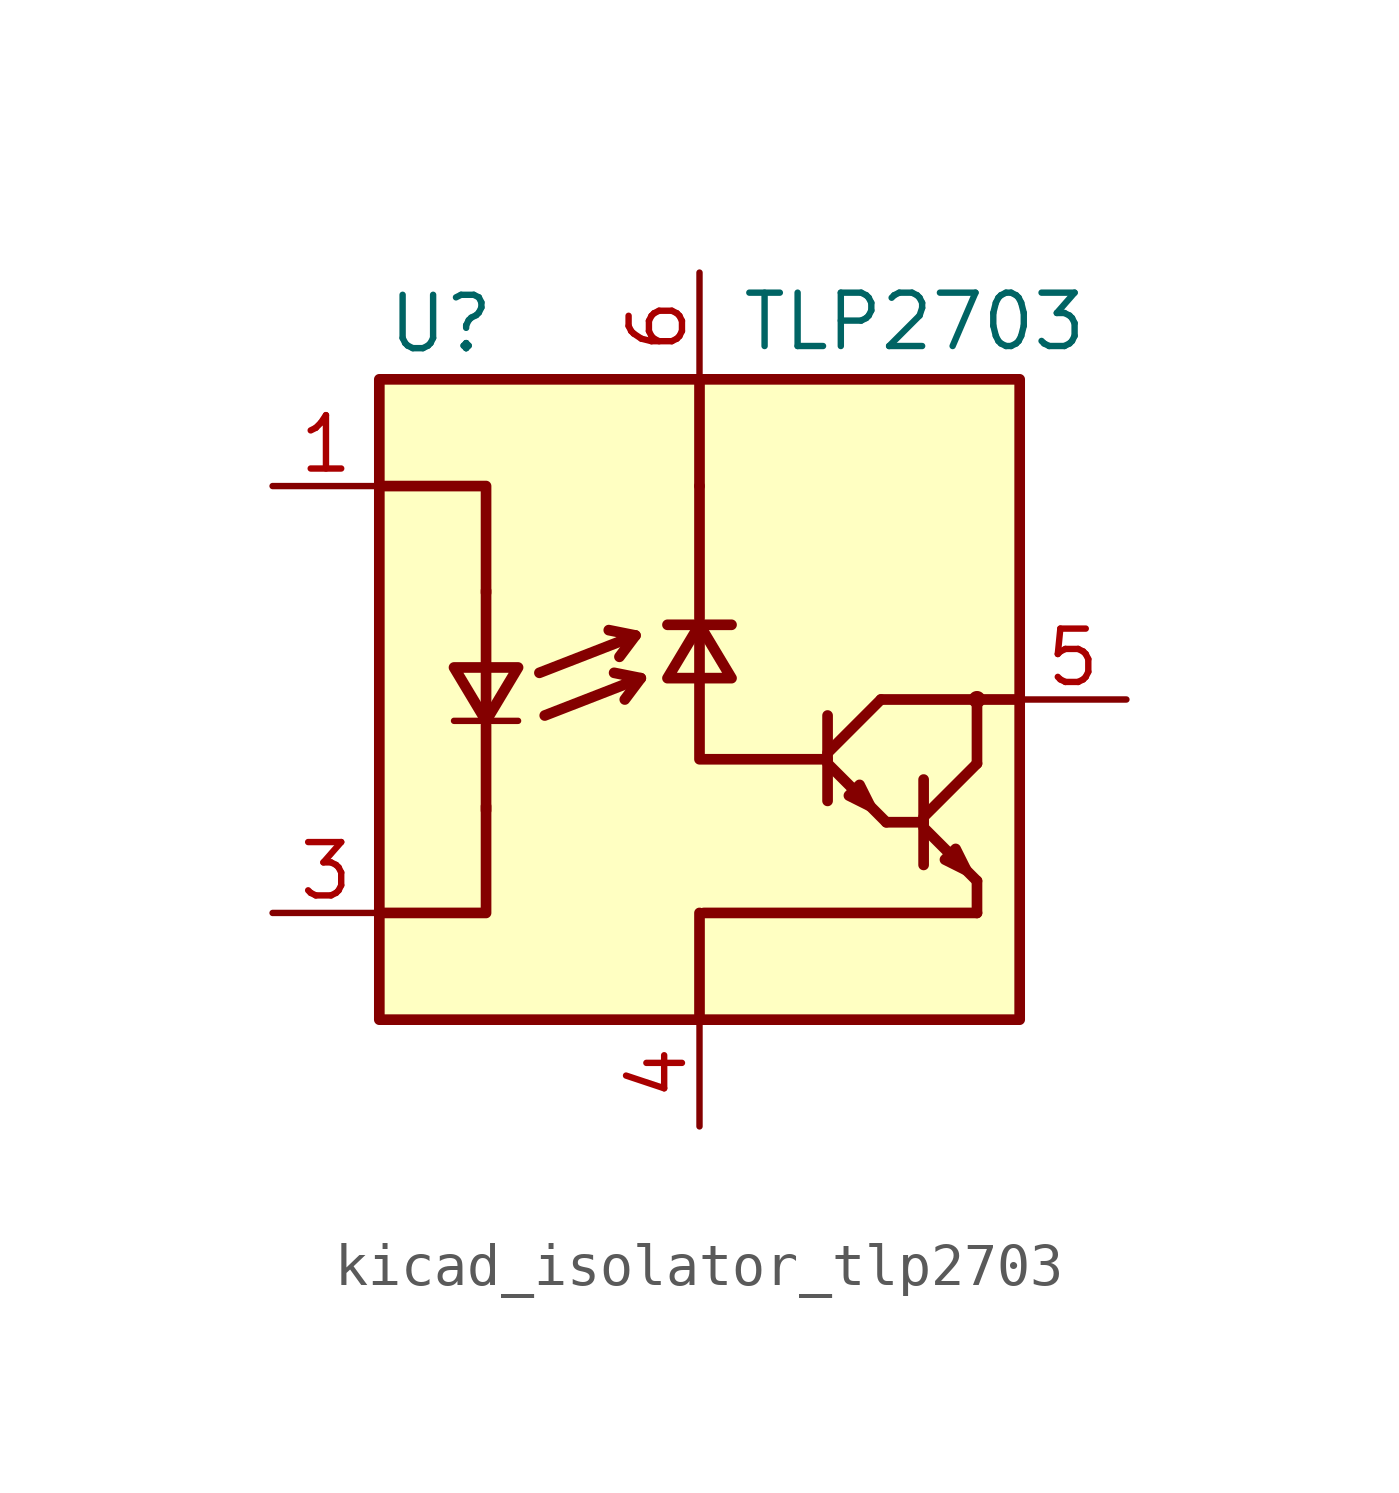
<source format=kicad_sym>
(kicad_symbol_lib
  (version 20220914)
  (generator kicad_symbol_editor)
  (symbol "kicad_isolator_tlp2703"
    (pin_names
      (offset 1.016) hide)
    (property "Reference" "U"
      (at -7.468 8.941 0)
      (effects (font (size 1.27 1.27)) (justify left)))
    (property "Value" "TLP2703"
      (at 0.965 8.992 0)
      (effects (font (size 1.27 1.27)) (justify left)))
    (symbol "kicad_isolator_tlp2703_0_1"
      (rectangle (start -7.62 7.62) (end 7.62 -7.62) (stroke (width 0.254) (type default)) (fill (type background)))
      (polyline (pts (xy -5.842 -0.508) (xy -4.318 -0.508)) (stroke (width 0) (type default)) (fill (type none)))
      (polyline (pts (xy -5.08 -2.642) (xy -5.08 -0.61)) (stroke (width 0.254) (type default)) (fill (type none)))
      (polyline (pts (xy -5.08 0.762) (xy -5.08 -0.508)) (stroke (width 0.254) (type default)) (fill (type none)))
      (polyline (pts (xy -5.08 2.591) (xy -5.08 0.864)) (stroke (width 0.254) (type default)) (fill (type none)))
      (polyline (pts (xy -1.524 1.524) (xy -1.905 1.016)) (stroke (width 0.254) (type default)) (fill (type none)))
      (polyline (pts (xy -1.397 0.508) (xy -1.778 0)) (stroke (width 0.254) (type default)) (fill (type none)))
      (polyline (pts (xy -0.762 1.778) (xy 0.762 1.778)) (stroke (width 0.254) (type default)) (fill (type none)))
      (polyline (pts (xy 0 -7.62) (xy 0 -5.08)) (stroke (width 0.254) (type default)) (fill (type none)))
      (polyline (pts (xy 0 1.778) (xy 0 0.508)) (stroke (width 0.254) (type default)) (fill (type none)))
      (polyline (pts (xy 0 1.93) (xy 0 5.08)) (stroke (width 0.254) (type default)) (fill (type none)))
      (polyline (pts (xy 0 7.62) (xy 0 5.08)) (stroke (width 0.254) (type default)) (fill (type none)))
      (polyline (pts (xy 0.102 -5.08) (xy 6.604 -5.08)) (stroke (width 0.254) (type default)) (fill (type none)))
      (polyline (pts (xy 3.048 -1.524) (xy 4.445 -2.921)) (stroke (width 0.254) (type default)) (fill (type none)))
      (polyline (pts (xy 3.048 -1.27) (xy 4.318 0)) (stroke (width 0.254) (type default)) (fill (type none)))
      (polyline (pts (xy 3.048 -0.381) (xy 3.048 -2.413)) (stroke (width 0.254) (type default)) (fill (type none)))
      (polyline (pts (xy 4.318 0) (xy 7.62 0)) (stroke (width 0.254) (type default)) (fill (type none)))
      (polyline (pts (xy 5.334 -3.048) (xy 6.604 -4.318)) (stroke (width 0.254) (type default)) (fill (type none)))
      (polyline (pts (xy 5.334 -2.921) (xy 4.445 -2.921)) (stroke (width 0.254) (type default)) (fill (type none)))
      (polyline (pts (xy 5.334 -2.794) (xy 6.604 -1.524)) (stroke (width 0.254) (type default)) (fill (type none)))
      (polyline (pts (xy 6.604 -4.318) (xy 6.604 -5.08)) (stroke (width 0.254) (type default)) (fill (type none)))
      (polyline (pts (xy 6.604 -1.524) (xy 6.604 0)) (stroke (width 0.254) (type default)) (fill (type none)))
      (polyline (pts (xy -7.62 -5.08) (xy -5.08 -5.08) (xy -5.08 -2.54)) (stroke (width 0.254) (type default)) (fill (type none)))
      (polyline (pts (xy -7.62 5.08) (xy -5.08 5.08) (xy -5.08 2.54)) (stroke (width 0.254) (type default)) (fill (type none)))
      (polyline (pts (xy -3.81 0.635) (xy -1.524 1.524) (xy -2.159 1.651)) (stroke (width 0.254) (type default)) (fill (type none)))
      (polyline (pts (xy -3.683 -0.381) (xy -1.397 0.508) (xy -2.032 0.635)) (stroke (width 0.254) (type default)) (fill (type none)))
      (polyline (pts (xy 0 0.508) (xy 0 -1.422) (xy 3.048 -1.422)) (stroke (width 0.254) (type default)) (fill (type none)))
      (polyline (pts (xy 5.334 -1.905) (xy 5.334 -3.937) (xy 5.334 -3.937)) (stroke (width 0.254) (type default)) (fill (type none)))
      (polyline (pts (xy -5.842 0.762) (xy -4.318 0.762) (xy -5.08 -0.508) (xy -5.842 0.762)) (stroke (width 0.254) (type default)) (fill (type none)))
      (polyline (pts (xy 0 1.778) (xy -0.762 0.508) (xy 0.762 0.508) (xy 0 1.778)) (stroke (width 0.254) (type default)) (fill (type none)))
      (polyline (pts (xy 4.064 -2.54) (xy 3.81 -2.032) (xy 3.556 -2.286) (xy 4.064 -2.54)) (stroke (width 0.254) (type default)) (fill (type none)))
      (polyline (pts (xy 6.35 -4.064) (xy 6.096 -3.556) (xy 5.842 -3.81) (xy 6.35 -4.064)) (stroke (width 0.254) (type default)) (fill (type none)))
      (circle (center 6.604 0) (radius 0.127) (stroke (width 0) (type default)) (fill (type none))))
    (symbol "kicad_isolator_tlp2703_1_1"
      (pin passive line (at -10.16 5.08 0) (length 2.54) (name "A" (effects (font (size 1.27 1.27)))) (number "1" (effects (font (size 1.27 1.27)))))
      (pin no_connect line (at -7.62 0 0) (length 2.54) hide (name "NC" (effects (font (size 1.27 1.27)))) (number "2" (effects (font (size 1.27 1.27)))))
      (pin passive line (at -10.16 -5.08 0) (length 2.54) (name "K" (effects (font (size 1.27 1.27)))) (number "3" (effects (font (size 1.27 1.27)))))
      (pin power_in line (at 0 -10.16 90) (length 2.54) (name "GND" (effects (font (size 1.27 1.27)))) (number "4" (effects (font (size 1.27 1.27)))))
      (pin open_collector line (at 10.16 0 180) (length 2.54) (name "Out" (effects (font (size 1.27 1.27)))) (number "5" (effects (font (size 1.27 1.27)))))
      (pin power_in line (at 0 10.16 270) (length 2.54) (name "VCC" (effects (font (size 1.27 1.27)))) (number "6" (effects (font (size 1.27 1.27))))))))
</source>
